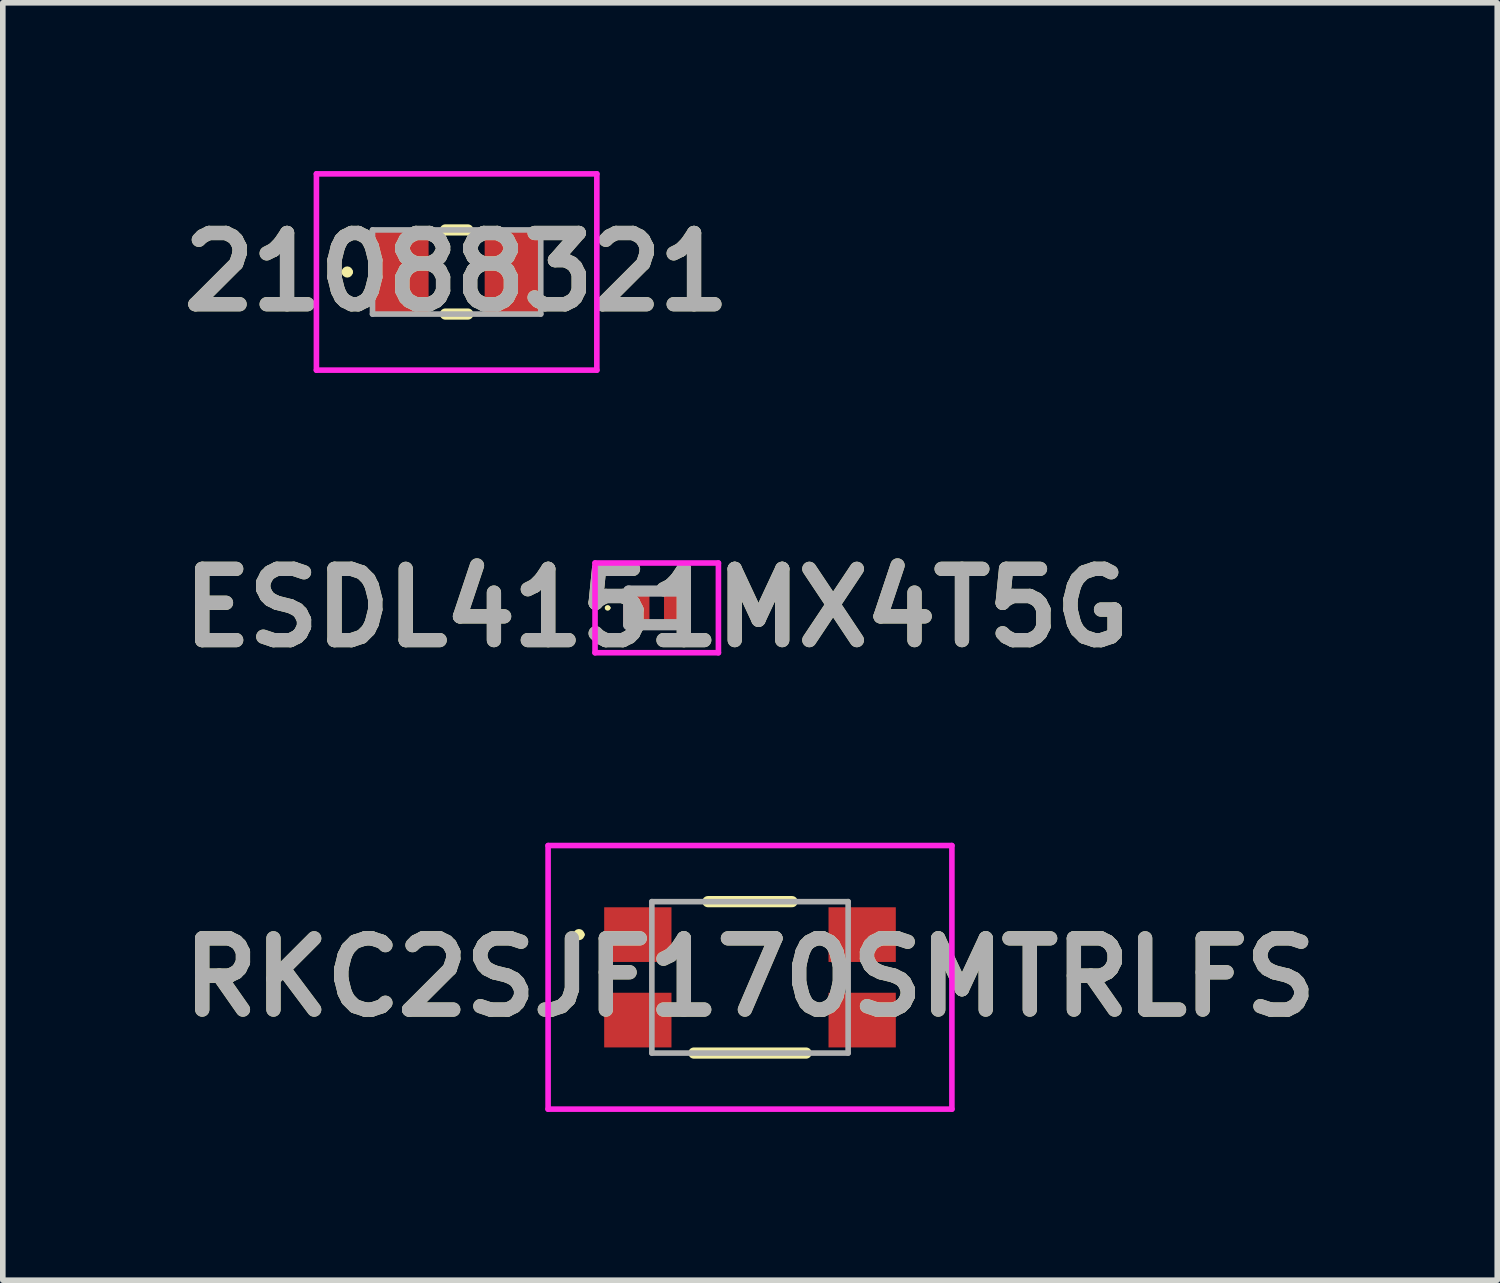
<source format=kicad_pcb>
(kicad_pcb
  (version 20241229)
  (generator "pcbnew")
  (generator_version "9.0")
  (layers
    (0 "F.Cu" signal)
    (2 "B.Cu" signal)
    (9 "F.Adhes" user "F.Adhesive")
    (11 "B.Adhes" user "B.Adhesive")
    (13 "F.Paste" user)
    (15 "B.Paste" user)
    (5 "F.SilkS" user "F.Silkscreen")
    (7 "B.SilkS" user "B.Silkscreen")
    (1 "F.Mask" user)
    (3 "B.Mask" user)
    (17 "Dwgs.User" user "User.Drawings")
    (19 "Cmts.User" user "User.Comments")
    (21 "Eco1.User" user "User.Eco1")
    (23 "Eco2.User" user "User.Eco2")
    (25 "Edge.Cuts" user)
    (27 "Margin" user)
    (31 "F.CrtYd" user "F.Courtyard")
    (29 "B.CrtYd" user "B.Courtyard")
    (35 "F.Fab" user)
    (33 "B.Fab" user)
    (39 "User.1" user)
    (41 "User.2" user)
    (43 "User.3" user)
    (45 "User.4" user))
  (footprint "21088321"
    (layer "F.Cu")
    (at 5.092 1.8)
    (property "Reference" "21088321" (at 0 0 0) (layer "F.SilkS") (effects (font (size 1.27 1.27) (thickness 0.254))))
    (attr smd)
    (fp_line (start -2 0) (end -2 0) (stroke (width 0.1) (type solid)) (layer "F.SilkS"))
    (fp_line (start -1.9 0) (end -1.9 0) (stroke (width 0.1) (type solid)) (layer "F.SilkS"))
    (fp_line (start -0.2 -0.75) (end 0.2 -0.75) (stroke (width 0.2) (type solid)) (layer "F.SilkS"))
    (fp_line (start -0.2 0.75) (end 0.2 0.75) (stroke (width 0.2) (type solid)) (layer "F.SilkS"))
    (fp_arc (start -2 0) (mid -1.95 -0.05) (end -1.9 0) (stroke (width 0.1) (type solid)) (layer "F.SilkS"))
    (fp_arc (start -1.9 0) (mid -1.95 0.05) (end -2 0) (stroke (width 0.1) (type solid)) (layer "F.SilkS"))
    (fp_line (start -2.5 -1.75) (end 2.5 -1.75) (stroke (width 0.1) (type solid)) (layer "F.CrtYd"))
    (fp_line (start -2.5 1.75) (end -2.5 -1.75) (stroke (width 0.1) (type solid)) (layer "F.CrtYd"))
    (fp_line (start 2.5 -1.75) (end 2.5 1.75) (stroke (width 0.1) (type solid)) (layer "F.CrtYd"))
    (fp_line (start 2.5 1.75) (end -2.5 1.75) (stroke (width 0.1) (type solid)) (layer "F.CrtYd"))
    (fp_line (start -1.5 -0.75) (end -1.5 0.75) (stroke (width 0.1) (type solid)) (layer "F.Fab"))
    (fp_line (start -1.5 0.75) (end 1.5 0.75) (stroke (width 0.1) (type solid)) (layer "F.Fab"))
    (fp_line (start 1.5 -0.75) (end -1.5 -0.75) (stroke (width 0.1) (type solid)) (layer "F.Fab"))
    (fp_line (start 1.5 0.75) (end 1.5 -0.75) (stroke (width 0.1) (type solid)) (layer "F.Fab"))
    (fp_text user "${REFERENCE}" (at 0 0 0) (layer "F.Fab") (effects (font (size 1.27 1.27) (thickness 0.254))))
    (pad "1" smd rect (at -1 0) (size 1 1.5) (layers "F.Cu" "F.Mask" "F.Paste"))
    (pad "2" smd rect (at 1 0) (size 1 1.5) (layers "F.Cu" "F.Mask" "F.Paste")))
  (footprint "ESDL4151MX4T5G"
    (layer "F.Cu")
    (at 8.66 7.789)
    (property "Reference" "ESDL4151MX4T5G" (at 0 0 0) (layer "F.SilkS") (effects (font (size 1.27 1.27) (thickness 0.254))))
    (attr smd)
    (fp_line (start -0.9 0) (end -0.9 0) (stroke (width 0.05) (type solid)) (layer "F.SilkS"))
    (fp_line (start -0.85 0) (end -0.85 0) (stroke (width 0.05) (type solid)) (layer "F.SilkS"))
    (fp_arc (start -0.9 0) (mid -0.875 -0.025) (end -0.85 0) (stroke (width 0.05) (type solid)) (layer "F.SilkS"))
    (fp_arc (start -0.85 0) (mid -0.875 0.025) (end -0.9 0) (stroke (width 0.05) (type solid)) (layer "F.SilkS"))
    (fp_line (start -1.1 -0.8) (end 1.1 -0.8) (stroke (width 0.1) (type solid)) (layer "F.CrtYd"))
    (fp_line (start -1.1 0.8) (end -1.1 -0.8) (stroke (width 0.1) (type solid)) (layer "F.CrtYd"))
    (fp_line (start 1.1 -0.8) (end 1.1 0.8) (stroke (width 0.1) (type solid)) (layer "F.CrtYd"))
    (fp_line (start 1.1 0.8) (end -1.1 0.8) (stroke (width 0.1) (type solid)) (layer "F.CrtYd"))
    (fp_line (start -0.5 -0.3) (end 0.5 -0.3) (stroke (width 0.2) (type solid)) (layer "F.Fab"))
    (fp_line (start -0.5 0.3) (end -0.5 -0.3) (stroke (width 0.2) (type solid)) (layer "F.Fab"))
    (fp_line (start 0.5 -0.3) (end 0.5 0.3) (stroke (width 0.2) (type solid)) (layer "F.Fab"))
    (fp_line (start 0.5 0.3) (end -0.5 0.3) (stroke (width 0.2) (type solid)) (layer "F.Fab"))
    (fp_text user "${REFERENCE}" (at 0 0 0) (layer "F.Fab") (effects (font (size 1.27 1.27) (thickness 0.254))))
    (pad "1" smd rect (at -0.365 0) (size 0.47 0.6) (layers "F.Cu" "F.Mask" "F.Paste"))
    (pad "2" smd rect (at 0.365 0) (size 0.47 0.6) (layers "F.Cu" "F.Mask" "F.Paste")))
  (footprint "RKC2SJF170SMTRLFS"
    (layer "F.Cu")
    (at 10.323 14.377)
    (property "Reference" "RKC2SJF170SMTRLFS" (at 0 0 0) (layer "F.SilkS") (effects (font (size 1.27 1.27) (thickness 0.254))))
    (attr smd)
    (fp_line (start -3.1 -0.762) (end -3.1 -0.762) (stroke (width 0.1) (type solid)) (layer "F.SilkS"))
    (fp_line (start -3 -0.762) (end -3 -0.762) (stroke (width 0.1) (type solid)) (layer "F.SilkS"))
    (fp_line (start -1 1.35) (end 1 1.35) (stroke (width 0.2) (type solid)) (layer "F.SilkS"))
    (fp_line (start -0.75 -1.35) (end 0.75 -1.35) (stroke (width 0.2) (type solid)) (layer "F.SilkS"))
    (fp_arc (start -3.1 -0.762) (mid -3.05 -0.812) (end -3 -0.762) (stroke (width 0.1) (type solid)) (layer "F.SilkS"))
    (fp_arc (start -3 -0.762) (mid -3.05 -0.712) (end -3.1 -0.762) (stroke (width 0.1) (type solid)) (layer "F.SilkS"))
    (fp_line (start -3.6 -2.35) (end 3.6 -2.35) (stroke (width 0.1) (type solid)) (layer "F.CrtYd"))
    (fp_line (start -3.6 2.35) (end -3.6 -2.35) (stroke (width 0.1) (type solid)) (layer "F.CrtYd"))
    (fp_line (start 3.6 -2.35) (end 3.6 2.35) (stroke (width 0.1) (type solid)) (layer "F.CrtYd"))
    (fp_line (start 3.6 2.35) (end -3.6 2.35) (stroke (width 0.1) (type solid)) (layer "F.CrtYd"))
    (fp_line (start -1.75 -1.35) (end -1.75 1.35) (stroke (width 0.1) (type solid)) (layer "F.Fab"))
    (fp_line (start -1.75 1.35) (end 1.75 1.35) (stroke (width 0.1) (type solid)) (layer "F.Fab"))
    (fp_line (start 1.75 -1.35) (end -1.75 -1.35) (stroke (width 0.1) (type solid)) (layer "F.Fab"))
    (fp_line (start 1.75 1.35) (end 1.75 -1.35) (stroke (width 0.1) (type solid)) (layer "F.Fab"))
    (fp_text user "${REFERENCE}" (at 0 0 0) (layer "F.Fab") (effects (font (size 1.27 1.27) (thickness 0.254))))
    (pad "1" smd rect (at -2 -0.762 90) (size 0.975 1.2) (layers "F.Cu" "F.Mask" "F.Paste"))
    (pad "2" smd rect (at 2 -0.762 90) (size 0.975 1.2) (layers "F.Cu" "F.Mask" "F.Paste"))
    (pad "3" smd rect (at -2 0.762 90) (size 0.975 1.2) (layers "F.Cu" "F.Mask" "F.Paste"))
    (pad "4" smd rect (at 2 0.762 90) (size 0.975 1.2) (layers "F.Cu" "F.Mask" "F.Paste")))
  (gr_rect
    (start -3 -3)
    (end 23.647 19.777)
    (stroke (width 0.1) (type default))
    (fill no)
    (layer "Edge.Cuts")))
</source>
